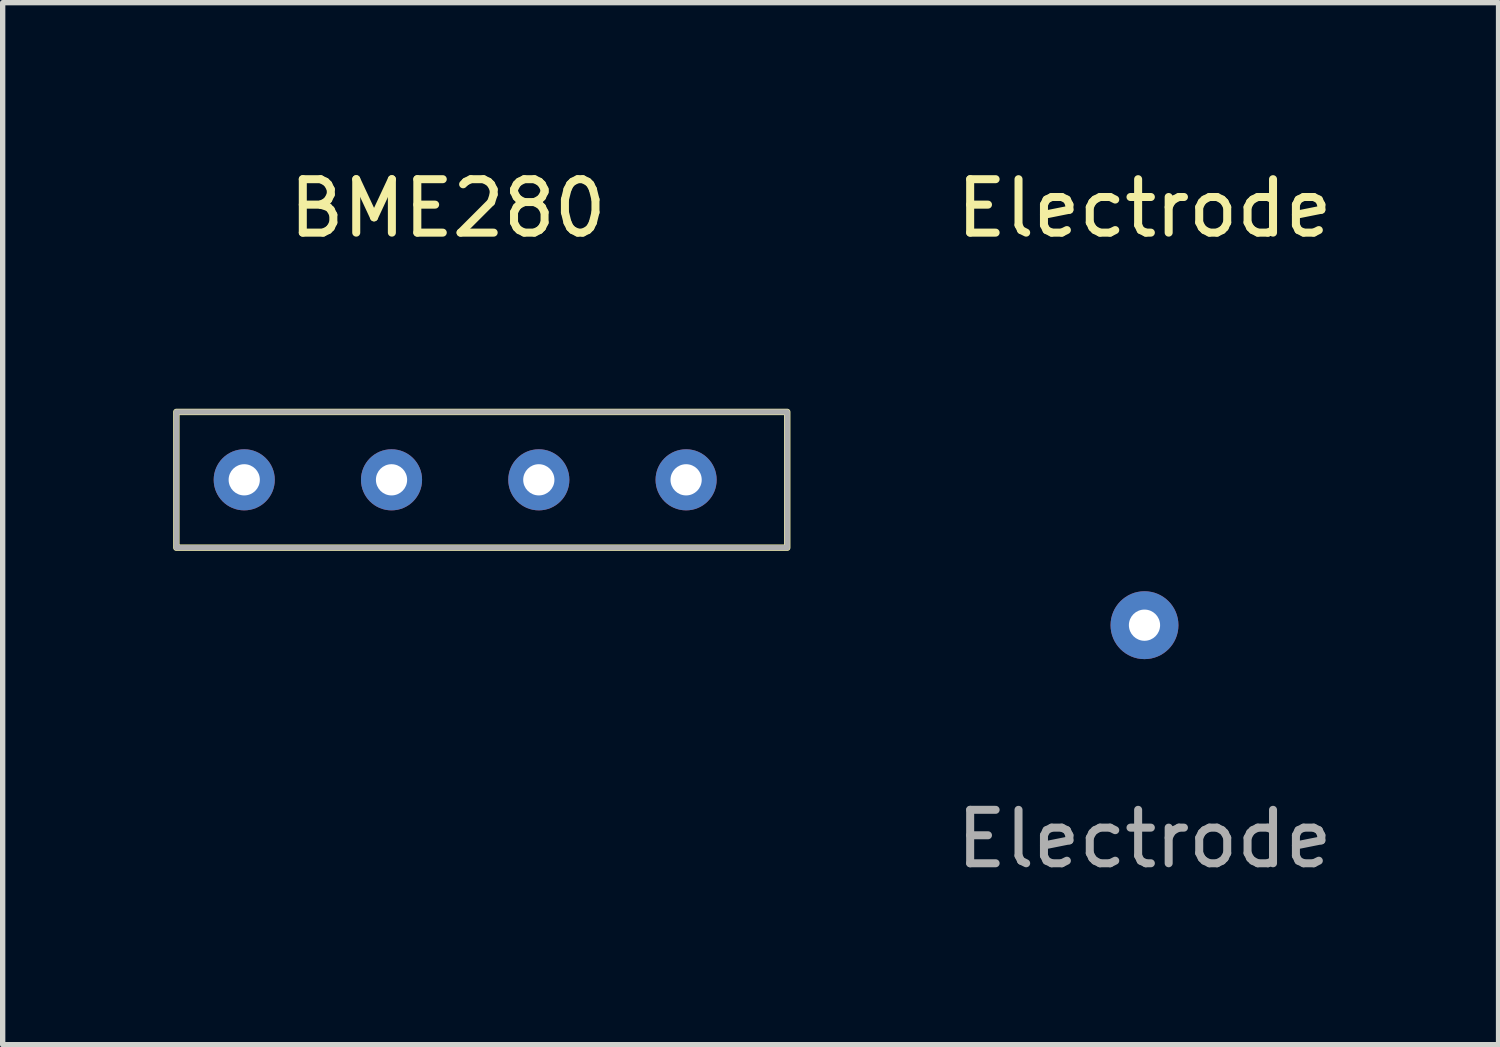
<source format=kicad_pcb>
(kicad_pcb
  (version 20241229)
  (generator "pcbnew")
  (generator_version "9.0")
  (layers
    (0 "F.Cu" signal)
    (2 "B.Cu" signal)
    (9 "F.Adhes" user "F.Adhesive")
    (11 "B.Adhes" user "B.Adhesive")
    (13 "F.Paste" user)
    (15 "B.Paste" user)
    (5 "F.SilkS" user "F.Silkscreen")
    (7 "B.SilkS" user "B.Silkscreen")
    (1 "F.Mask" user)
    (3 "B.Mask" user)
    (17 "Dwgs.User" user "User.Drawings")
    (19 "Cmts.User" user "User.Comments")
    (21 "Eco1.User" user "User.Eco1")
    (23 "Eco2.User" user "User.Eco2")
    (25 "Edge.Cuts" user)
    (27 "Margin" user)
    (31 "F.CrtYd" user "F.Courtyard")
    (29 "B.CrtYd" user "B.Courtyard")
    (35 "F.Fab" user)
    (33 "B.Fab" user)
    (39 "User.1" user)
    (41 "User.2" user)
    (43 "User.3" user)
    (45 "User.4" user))
  (footprint "BME280"
    (layer "F.Cu")
    (at 0.25 5.928)
    (property "Reference" "BME280" (at 5.08 -5.08 0) (unlocked yes) (layer "F.SilkS") (effects (font (size 1 1) (thickness 0.15))))
    (attr through_hole)
    (fp_rect (start 0 1.27) (end 11.43 -1.27) (stroke (width 0.12) (type solid)) (fill no) (layer "F.SilkS"))
    (fp_rect (start 0 1.27) (end 11.43 -1.27) (stroke (width 0.1) (type solid)) (fill no) (layer "F.Fab"))
    (pad "1" thru_hole circle (at 1.27 0) (size 1.143 1.143) (drill 0.584) (layers "*.Cu" "*.Mask"))
    (pad "2" thru_hole circle (at 4.026 0) (size 1.143 1.143) (drill 0.584) (layers "*.Cu" "*.Mask"))
    (pad "3" thru_hole circle (at 6.782 0) (size 1.143 1.143) (drill 0.584) (layers "*.Cu" "*.Mask"))
    (pad "4" thru_hole circle (at 9.538 0) (size 1.143 1.143) (drill 0.584) (layers "*.Cu" "*.Mask")))
  (footprint "Electrode"
    (layer "F.Cu")
    (at 18.365 8.648)
    (property "Reference" "Electrode" (at 0 -7.8 0) (unlocked yes) (layer "F.SilkS") (effects (font (size 1 1) (thickness 0.15))))
    (attr smd)
    (fp_text user "${REFERENCE}" (at 0 4 0) (unlocked yes) (layer "F.Fab") (effects (font (size 1 1) (thickness 0.15))))
    (pad "1" thru_hole circle (at 0 0) (size 1.27 1.27) (drill 0.584) (layers "*.Cu" "*.Mask")))
  (gr_rect
    (start -3 -3)
    (end 24.99 16.497)
    (stroke (width 0.1) (type default))
    (fill no)
    (layer "Edge.Cuts")))
</source>
